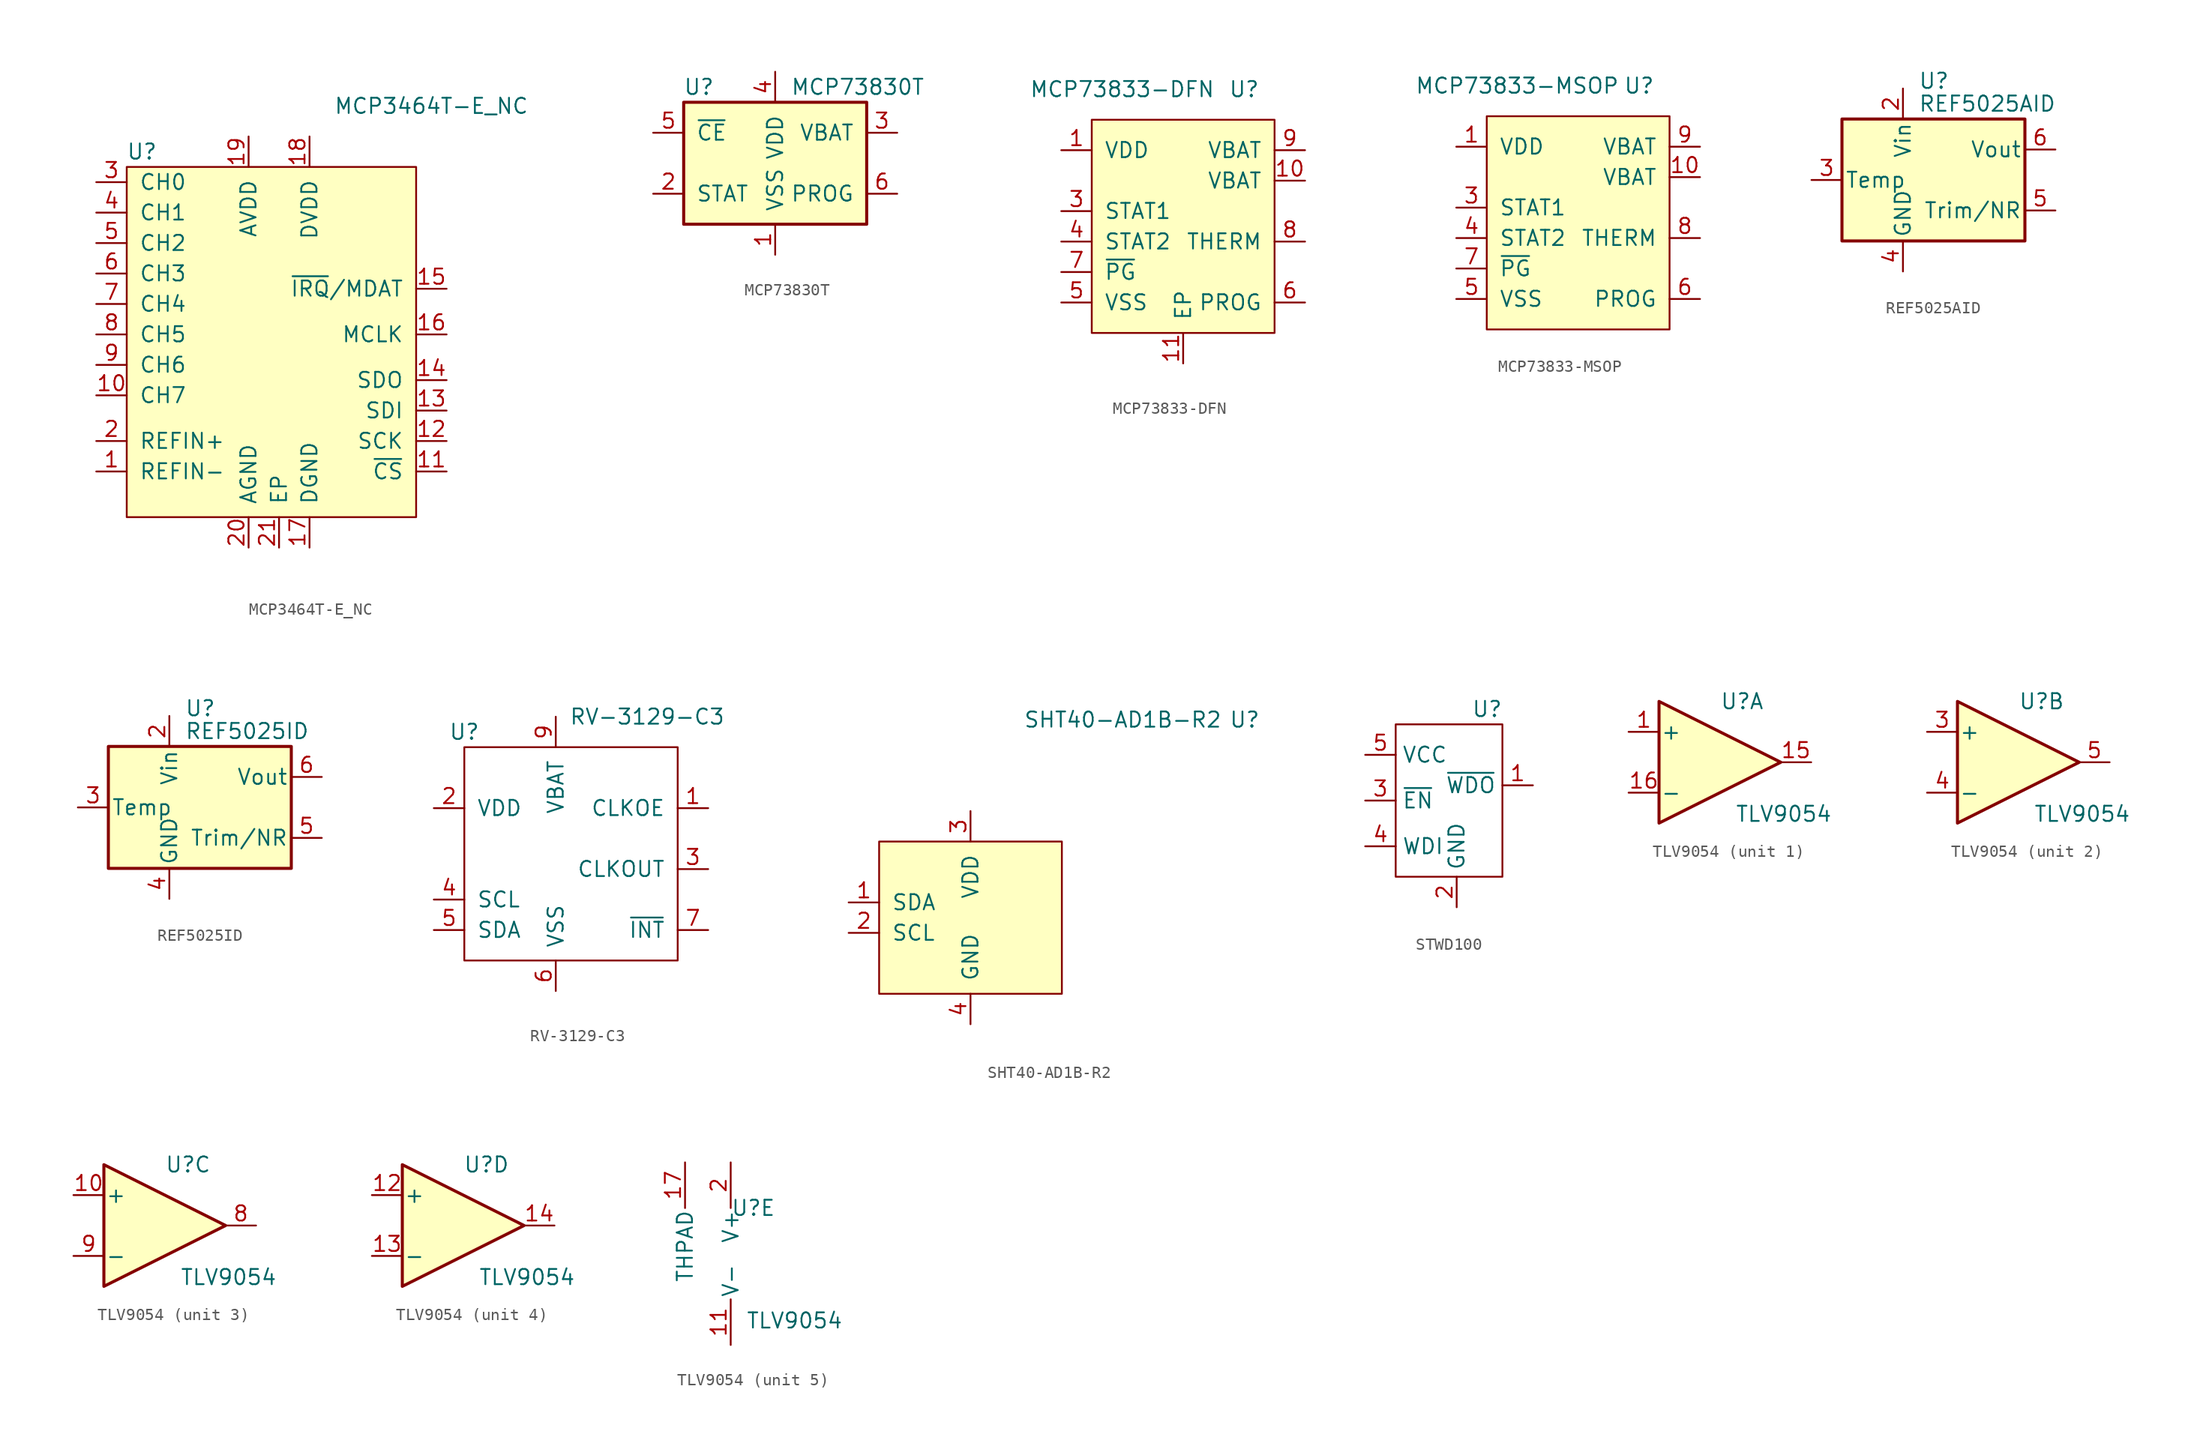
<source format=kicad_sym>
(kicad_symbol_lib
  (version 20220914)
  (generator kicad_symbol_editor)
  (symbol "MCP3464T-E_NC"
    (pin_names
      (offset 1.016))
    (property "Reference" "U"
      (at -11.43 25.4 0)
      (effects (font (size 1.27 1.27))))
    (property "Value" "MCP3464T-E_NC"
      (at 12.7 29.21 0)
      (effects (font (size 1.27 1.27))))
    (symbol "MCP3464T-E_NC_0_1"
      (rectangle (start -12.7 24.13) (end 11.43 -5.08) (stroke (width 0) (type solid)) (fill (type background))))
    (symbol "MCP3464T-E_NC_1_1"
      (pin passive line (at -15.24 -1.27 0) (length 2.54) (name "REFIN-" (effects (font (size 1.27 1.27)))) (number "1" (effects (font (size 1.27 1.27)))))
      (pin passive line (at -15.24 5.08 0) (length 2.54) (name "CH7" (effects (font (size 1.27 1.27)))) (number "10" (effects (font (size 1.27 1.27)))))
      (pin passive line (at 13.97 -1.27 180) (length 2.54) (name "~{CS}" (effects (font (size 1.27 1.27)))) (number "11" (effects (font (size 1.27 1.27)))))
      (pin passive line (at 13.97 1.27 180) (length 2.54) (name "SCK" (effects (font (size 1.27 1.27)))) (number "12" (effects (font (size 1.27 1.27)))))
      (pin passive line (at 13.97 3.81 180) (length 2.54) (name "SDI" (effects (font (size 1.27 1.27)))) (number "13" (effects (font (size 1.27 1.27)))))
      (pin passive line (at 13.97 6.35 180) (length 2.54) (name "SDO" (effects (font (size 1.27 1.27)))) (number "14" (effects (font (size 1.27 1.27)))))
      (pin passive line (at 13.97 13.97 180) (length 2.54) (name "~{IRQ}/MDAT" (effects (font (size 1.27 1.27)))) (number "15" (effects (font (size 1.27 1.27)))))
      (pin passive line (at 13.97 10.16 180) (length 2.54) (name "MCLK" (effects (font (size 1.27 1.27)))) (number "16" (effects (font (size 1.27 1.27)))))
      (pin passive line (at 2.54 -7.62 90) (length 2.54) (name "DGND" (effects (font (size 1.27 1.27)))) (number "17" (effects (font (size 1.27 1.27)))))
      (pin passive line (at 2.54 26.67 270) (length 2.54) (name "DVDD" (effects (font (size 1.27 1.27)))) (number "18" (effects (font (size 1.27 1.27)))))
      (pin passive line (at -2.54 26.67 270) (length 2.54) (name "AVDD" (effects (font (size 1.27 1.27)))) (number "19" (effects (font (size 1.27 1.27)))))
      (pin passive line (at -15.24 1.27 0) (length 2.54) (name "REFIN+" (effects (font (size 1.27 1.27)))) (number "2" (effects (font (size 1.27 1.27)))))
      (pin passive line (at -2.54 -7.62 90) (length 2.54) (name "AGND" (effects (font (size 1.27 1.27)))) (number "20" (effects (font (size 1.27 1.27)))))
      (pin passive line (at 0 -7.62 90) (length 2.54) (name "EP" (effects (font (size 1.27 1.27)))) (number "21" (effects (font (size 1.27 1.27)))))
      (pin passive line (at -15.24 22.86 0) (length 2.54) (name "CH0" (effects (font (size 1.27 1.27)))) (number "3" (effects (font (size 1.27 1.27)))))
      (pin passive line (at -15.24 20.32 0) (length 2.54) (name "CH1" (effects (font (size 1.27 1.27)))) (number "4" (effects (font (size 1.27 1.27)))))
      (pin passive line (at -15.24 17.78 0) (length 2.54) (name "CH2" (effects (font (size 1.27 1.27)))) (number "5" (effects (font (size 1.27 1.27)))))
      (pin passive line (at -15.24 15.24 0) (length 2.54) (name "CH3" (effects (font (size 1.27 1.27)))) (number "6" (effects (font (size 1.27 1.27)))))
      (pin passive line (at -15.24 12.7 0) (length 2.54) (name "CH4" (effects (font (size 1.27 1.27)))) (number "7" (effects (font (size 1.27 1.27)))))
      (pin passive line (at -15.24 10.16 0) (length 2.54) (name "CH5" (effects (font (size 1.27 1.27)))) (number "8" (effects (font (size 1.27 1.27)))))
      (pin passive line (at -15.24 7.62 0) (length 2.54) (name "CH6" (effects (font (size 1.27 1.27)))) (number "9" (effects (font (size 1.27 1.27)))))))
  (symbol "MCP73830T"
    (pin_names
      (offset 1.016))
    (property "Reference" "U"
      (at -6.35 6.35 0)
      (effects (font (size 1.27 1.27))))
    (property "Value" "MCP73830T"
      (at 1.27 6.35 0)
      (effects (font (size 1.27 1.27)) (justify left)))
    (symbol "MCP73830T_0_1"
      (rectangle (start -7.62 5.08) (end 7.62 -5.08) (stroke (width 0.254) (type solid)) (fill (type background))))
    (symbol "MCP73830T_1_1"
      (pin passive line (at 0 -7.62 90) (length 2.54) (name "VSS" (effects (font (size 1.27 1.27)))) (number "1" (effects (font (size 1.27 1.27)))))
      (pin power_in line (at -10.16 -2.54 0) (length 2.54) (name "STAT" (effects (font (size 1.27 1.27)))) (number "2" (effects (font (size 1.27 1.27)))))
      (pin power_out line (at 10.16 2.54 180) (length 2.54) (name "VBAT" (effects (font (size 1.27 1.27)))) (number "3" (effects (font (size 1.27 1.27)))))
      (pin passive line (at 0 7.62 270) (length 2.54) (name "VDD" (effects (font (size 1.27 1.27)))) (number "4" (effects (font (size 1.27 1.27)))))
      (pin input line (at -10.16 2.54 0) (length 2.54) (name "~{CE}" (effects (font (size 1.27 1.27)))) (number "5" (effects (font (size 1.27 1.27)))))
      (pin passive line (at 10.16 -2.54 180) (length 2.54) (name "PROG" (effects (font (size 1.27 1.27)))) (number "6" (effects (font (size 1.27 1.27)))))))
  (symbol "MCP73833-DFN"
    (pin_names
      (offset 1.016))
    (property "Reference" "U"
      (at 5.08 15.24 0)
      (effects (font (size 1.27 1.27))))
    (property "Value" "MCP73833-DFN"
      (at -5.08 15.24 0)
      (effects (font (size 1.27 1.27))))
    (symbol "MCP73833-DFN_0_1"
      (rectangle (start -7.62 12.7) (end 7.62 -5.08) (stroke (width 0) (type solid)) (fill (type background))))
    (symbol "MCP73833-DFN_1_1"
      (pin passive line (at -10.16 10.16 0) (length 2.54) (name "VDD" (effects (font (size 1.27 1.27)))) (number "1" (effects (font (size 1.27 1.27)))))
      (pin passive line (at 10.16 7.62 180) (length 2.54) (name "VBAT" (effects (font (size 1.27 1.27)))) (number "10" (effects (font (size 1.27 1.27)))))
      (pin passive line (at 0 -7.62 90) (length 2.54) (name "EP" (effects (font (size 1.27 1.27)))) (number "11" (effects (font (size 1.27 1.27)))))
      (pin passive line (at -10.16 5.08 0) (length 2.54) (name "STAT1" (effects (font (size 1.27 1.27)))) (number "3" (effects (font (size 1.27 1.27)))))
      (pin passive line (at -10.16 2.54 0) (length 2.54) (name "STAT2" (effects (font (size 1.27 1.27)))) (number "4" (effects (font (size 1.27 1.27)))))
      (pin passive line (at -10.16 -2.54 0) (length 2.54) (name "VSS" (effects (font (size 1.27 1.27)))) (number "5" (effects (font (size 1.27 1.27)))))
      (pin passive line (at 10.16 -2.54 180) (length 2.54) (name "PROG" (effects (font (size 1.27 1.27)))) (number "6" (effects (font (size 1.27 1.27)))))
      (pin passive line (at -10.16 0 0) (length 2.54) (name "~{PG}" (effects (font (size 1.27 1.27)))) (number "7" (effects (font (size 1.27 1.27)))))
      (pin passive line (at 10.16 2.54 180) (length 2.54) (name "THERM" (effects (font (size 1.27 1.27)))) (number "8" (effects (font (size 1.27 1.27)))))
      (pin passive line (at 10.16 10.16 180) (length 2.54) (name "VBAT" (effects (font (size 1.27 1.27)))) (number "9" (effects (font (size 1.27 1.27)))))))
  (symbol "MCP73833-MSOP"
    (pin_names
      (offset 1.016))
    (property "Reference" "U"
      (at 5.08 15.24 0)
      (effects (font (size 1.27 1.27))))
    (property "Value" "MCP73833-MSOP"
      (at -5.08 15.24 0)
      (effects (font (size 1.27 1.27))))
    (symbol "MCP73833-MSOP_0_1"
      (rectangle (start -7.62 12.7) (end 7.62 -5.08) (stroke (width 0) (type solid)) (fill (type background))))
    (symbol "MCP73833-MSOP_1_1"
      (pin passive line (at -10.16 10.16 0) (length 2.54) (name "VDD" (effects (font (size 1.27 1.27)))) (number "1" (effects (font (size 1.27 1.27)))))
      (pin passive line (at 10.16 7.62 180) (length 2.54) (name "VBAT" (effects (font (size 1.27 1.27)))) (number "10" (effects (font (size 1.27 1.27)))))
      (pin passive line (at -10.16 5.08 0) (length 2.54) (name "STAT1" (effects (font (size 1.27 1.27)))) (number "3" (effects (font (size 1.27 1.27)))))
      (pin passive line (at -10.16 2.54 0) (length 2.54) (name "STAT2" (effects (font (size 1.27 1.27)))) (number "4" (effects (font (size 1.27 1.27)))))
      (pin passive line (at -10.16 -2.54 0) (length 2.54) (name "VSS" (effects (font (size 1.27 1.27)))) (number "5" (effects (font (size 1.27 1.27)))))
      (pin passive line (at 10.16 -2.54 180) (length 2.54) (name "PROG" (effects (font (size 1.27 1.27)))) (number "6" (effects (font (size 1.27 1.27)))))
      (pin passive line (at -10.16 0 0) (length 2.54) (name "~{PG}" (effects (font (size 1.27 1.27)))) (number "7" (effects (font (size 1.27 1.27)))))
      (pin passive line (at 10.16 2.54 180) (length 2.54) (name "THERM" (effects (font (size 1.27 1.27)))) (number "8" (effects (font (size 1.27 1.27)))))
      (pin passive line (at 10.16 10.16 180) (length 2.54) (name "VBAT" (effects (font (size 1.27 1.27)))) (number "9" (effects (font (size 1.27 1.27)))))))
  (symbol "REF5025AID"
    (pin_names
      (offset 0.254))
    (property "Reference" "U"
      (at -1.27 8.255 0)
      (effects (font (size 1.27 1.27)) (justify left)))
    (property "Value" "REF5025AID"
      (at -1.27 6.35 0)
      (effects (font (size 1.27 1.27)) (justify left)))
    (symbol "REF5025AID_0_1"
      (rectangle (start -7.62 5.08) (end 7.62 -5.08) (stroke (width 0.254) (type solid)) (fill (type background))))
    (symbol "REF5025AID_1_1"
      (pin no_connect line (at -7.62 2.54 0) (length 2.54) hide (name "DNC" (effects (font (size 1.27 1.27)))) (number "1" (effects (font (size 1.27 1.27)))))
      (pin power_in line (at -2.54 7.62 270) (length 2.54) (name "Vin" (effects (font (size 1.27 1.27)))) (number "2" (effects (font (size 1.27 1.27)))))
      (pin passive line (at -10.16 0 0) (length 2.54) (name "Temp" (effects (font (size 1.27 1.27)))) (number "3" (effects (font (size 1.27 1.27)))))
      (pin power_in line (at -2.54 -7.62 90) (length 2.54) (name "GND" (effects (font (size 1.27 1.27)))) (number "4" (effects (font (size 1.27 1.27)))))
      (pin passive line (at 10.16 -2.54 180) (length 2.54) (name "Trim/NR" (effects (font (size 1.27 1.27)))) (number "5" (effects (font (size 1.27 1.27)))))
      (pin power_out line (at 10.16 2.54 180) (length 2.54) (name "Vout" (effects (font (size 1.27 1.27)))) (number "6" (effects (font (size 1.27 1.27)))))
      (pin no_connect line (at -5.08 -5.08 90) (length 2.54) hide (name "NC" (effects (font (size 1.27 1.27)))) (number "7" (effects (font (size 1.27 1.27)))))
      (pin no_connect line (at 7.62 0 180) (length 2.54) hide (name "DNC" (effects (font (size 1.27 1.27)))) (number "8" (effects (font (size 1.27 1.27)))))))
  (symbol "REF5025ID"
    (pin_names
      (offset 0.254))
    (property "Reference" "U"
      (at -1.27 8.255 0)
      (effects (font (size 1.27 1.27)) (justify left)))
    (property "Value" "REF5025ID"
      (at -1.27 6.35 0)
      (effects (font (size 1.27 1.27)) (justify left)))
    (symbol "REF5025ID_0_1"
      (rectangle (start -7.62 5.08) (end 7.62 -5.08) (stroke (width 0.254) (type solid)) (fill (type background))))
    (symbol "REF5025ID_1_1"
      (pin no_connect line (at -7.62 2.54 0) (length 2.54) hide (name "DNC" (effects (font (size 1.27 1.27)))) (number "1" (effects (font (size 1.27 1.27)))))
      (pin power_in line (at -2.54 7.62 270) (length 2.54) (name "Vin" (effects (font (size 1.27 1.27)))) (number "2" (effects (font (size 1.27 1.27)))))
      (pin passive line (at -10.16 0 0) (length 2.54) (name "Temp" (effects (font (size 1.27 1.27)))) (number "3" (effects (font (size 1.27 1.27)))))
      (pin power_in line (at -2.54 -7.62 90) (length 2.54) (name "GND" (effects (font (size 1.27 1.27)))) (number "4" (effects (font (size 1.27 1.27)))))
      (pin passive line (at 10.16 -2.54 180) (length 2.54) (name "Trim/NR" (effects (font (size 1.27 1.27)))) (number "5" (effects (font (size 1.27 1.27)))))
      (pin power_out line (at 10.16 2.54 180) (length 2.54) (name "Vout" (effects (font (size 1.27 1.27)))) (number "6" (effects (font (size 1.27 1.27)))))
      (pin no_connect line (at -5.08 -5.08 90) (length 2.54) hide (name "NC" (effects (font (size 1.27 1.27)))) (number "7" (effects (font (size 1.27 1.27)))))
      (pin no_connect line (at 7.62 0 180) (length 2.54) hide (name "DNC" (effects (font (size 1.27 1.27)))) (number "8" (effects (font (size 1.27 1.27)))))))
  (symbol "RV-3129-C3"
    (pin_names
      (offset 1.016))
    (property "Reference" "U"
      (at 0 19.05 0)
      (effects (font (size 1.27 1.27))))
    (property "Value" "RV-3129-C3"
      (at 15.24 20.32 0)
      (effects (font (size 1.27 1.27))))
    (symbol "RV-3129-C3_0_1"
      (rectangle (start 0 17.78) (end 17.78 0) (stroke (width 0) (type solid)) (fill (type none))))
    (symbol "RV-3129-C3_1_1"
      (pin passive line (at 20.32 12.7 180) (length 2.54) (name "CLKOE" (effects (font (size 1.27 1.27)))) (number "1" (effects (font (size 1.27 1.27)))))
      (pin no_connect line (at 20.32 15.24 180) (length 2.54) hide (name "NC" (effects (font (size 1.27 1.27)))) (number "10" (effects (font (size 1.27 1.27)))))
      (pin passive line (at -2.54 12.7 0) (length 2.54) (name "VDD" (effects (font (size 1.27 1.27)))) (number "2" (effects (font (size 1.27 1.27)))))
      (pin passive line (at 20.32 7.62 180) (length 2.54) (name "CLKOUT" (effects (font (size 1.27 1.27)))) (number "3" (effects (font (size 1.27 1.27)))))
      (pin passive line (at -2.54 5.08 0) (length 2.54) (name "SCL" (effects (font (size 1.27 1.27)))) (number "4" (effects (font (size 1.27 1.27)))))
      (pin passive line (at -2.54 2.54 0) (length 2.54) (name "SDA" (effects (font (size 1.27 1.27)))) (number "5" (effects (font (size 1.27 1.27)))))
      (pin passive line (at 7.62 -2.54 90) (length 2.54) (name "VSS" (effects (font (size 1.27 1.27)))) (number "6" (effects (font (size 1.27 1.27)))))
      (pin passive line (at 20.32 2.54 180) (length 2.54) (name "~{INT}" (effects (font (size 1.27 1.27)))) (number "7" (effects (font (size 1.27 1.27)))))
      (pin no_connect line (at 20.32 17.78 180) (length 2.54) hide (name "NC" (effects (font (size 1.27 1.27)))) (number "8" (effects (font (size 1.27 1.27)))))
      (pin passive line (at 7.62 20.32 270) (length 2.54) (name "VBAT" (effects (font (size 1.27 1.27)))) (number "9" (effects (font (size 1.27 1.27)))))))
  (symbol "SHT40-AD1B-R2"
    (pin_names
      (offset 1.016))
    (property "Reference" "U"
      (at 22.86 17.78 0)
      (effects (font (size 1.27 1.27))))
    (property "Value" "SHT40-AD1B-R2"
      (at 12.7 17.78 0)
      (effects (font (size 1.27 1.27))))
    (symbol "SHT40-AD1B-R2_0_1"
      (rectangle (start -7.62 7.62) (end 7.62 -5.08) (stroke (width 0) (type solid)) (fill (type background))))
    (symbol "SHT40-AD1B-R2_1_1"
      (pin bidirectional line (at -10.16 2.54 0) (length 2.54) (name "SDA" (effects (font (size 1.27 1.27)))) (number "1" (effects (font (size 1.27 1.27)))))
      (pin input line (at -10.16 0 0) (length 2.54) (name "SCL" (effects (font (size 1.27 1.27)))) (number "2" (effects (font (size 1.27 1.27)))))
      (pin passive line (at 0 10.16 270) (length 2.54) (name "VDD" (effects (font (size 1.27 1.27)))) (number "3" (effects (font (size 1.27 1.27)))))
      (pin passive line (at 0 -7.62 90) (length 2.54) (name "GND" (effects (font (size 1.27 1.27)))) (number "4" (effects (font (size 1.27 1.27)))))))
  (symbol "STWD100"
    (property "Reference" "U"
      (at 2.54 10.16 0)
      (effects (font (size 1.27 1.27))))
    (property "Value" ""
      (at 0 0 0)
      (effects (font (size 1.27 1.27))))
    (symbol "STWD100_0_1"
      (rectangle (start -5.08 8.89) (end 3.81 -3.81) (stroke (width 0) (type default)) (fill (type none))))
    (symbol "STWD100_1_1"
      (pin passive line (at 6.35 3.81 180) (length 2.54) (name "~{WDO}" (effects (font (size 1.27 1.27)))) (number "1" (effects (font (size 1.27 1.27)))))
      (pin passive line (at 0 -6.35 90) (length 2.54) (name "GND" (effects (font (size 1.27 1.27)))) (number "2" (effects (font (size 1.27 1.27)))))
      (pin passive line (at -7.62 2.54 0) (length 2.54) (name "~{EN}" (effects (font (size 1.27 1.27)))) (number "3" (effects (font (size 1.27 1.27)))))
      (pin passive line (at -7.62 -1.27 0) (length 2.54) (name "WDI" (effects (font (size 1.27 1.27)))) (number "4" (effects (font (size 1.27 1.27)))))
      (pin power_in line (at -7.62 6.35 0) (length 2.54) (name "VCC" (effects (font (size 1.27 1.27)))) (number "5" (effects (font (size 1.27 1.27)))))))
  (symbol "TLV9054"
    (pin_names
      (offset 0.127))
    (property "Reference" "U"
      (at 0 5.08 0)
      (effects (font (size 1.27 1.27)) (justify left)))
    (property "Value" "TLV9054"
      (at 1.27 -4.318 0)
      (effects (font (size 1.27 1.27)) (justify left)))
    (property "ki_locked" ""
      (at 0 0 0)
      (effects (font (size 1.27 1.27))))
    (symbol "TLV9054_1_1"
      (polyline (pts (xy -5.08 5.08) (xy 5.08 0) (xy -5.08 -5.08) (xy -5.08 5.08)) (stroke (width 0.254) (type solid)) (fill (type background)))
      (pin input line (at -7.62 2.54 0) (length 2.54) (name "+" (effects (font (size 1.27 1.27)))) (number "1" (effects (font (size 1.27 1.27)))))
      (pin output line (at 7.62 0 180) (length 2.54) (name "~" (effects (font (size 1.27 1.27)))) (number "15" (effects (font (size 1.27 1.27)))))
      (pin input line (at -7.62 -2.54 0) (length 2.54) (name "-" (effects (font (size 1.27 1.27)))) (number "16" (effects (font (size 1.27 1.27))))))
    (symbol "TLV9054_2_1"
      (polyline (pts (xy -5.08 5.08) (xy 5.08 0) (xy -5.08 -5.08) (xy -5.08 5.08)) (stroke (width 0.254) (type solid)) (fill (type background)))
      (pin input line (at -7.62 2.54 0) (length 2.54) (name "+" (effects (font (size 1.27 1.27)))) (number "3" (effects (font (size 1.27 1.27)))))
      (pin input line (at -7.62 -2.54 0) (length 2.54) (name "-" (effects (font (size 1.27 1.27)))) (number "4" (effects (font (size 1.27 1.27)))))
      (pin output line (at 7.62 0 180) (length 2.54) (name "~" (effects (font (size 1.27 1.27)))) (number "5" (effects (font (size 1.27 1.27))))))
    (symbol "TLV9054_3_1"
      (polyline (pts (xy -5.08 5.08) (xy 5.08 0) (xy -5.08 -5.08) (xy -5.08 5.08)) (stroke (width 0.254) (type solid)) (fill (type background)))
      (pin input line (at -7.62 2.54 0) (length 2.54) (name "+" (effects (font (size 1.27 1.27)))) (number "10" (effects (font (size 1.27 1.27)))))
      (pin output line (at 7.62 0 180) (length 2.54) (name "~" (effects (font (size 1.27 1.27)))) (number "8" (effects (font (size 1.27 1.27)))))
      (pin input line (at -7.62 -2.54 0) (length 2.54) (name "-" (effects (font (size 1.27 1.27)))) (number "9" (effects (font (size 1.27 1.27))))))
    (symbol "TLV9054_4_1"
      (polyline (pts (xy -5.08 5.08) (xy 5.08 0) (xy -5.08 -5.08) (xy -5.08 5.08)) (stroke (width 0.254) (type solid)) (fill (type background)))
      (pin input line (at -7.62 2.54 0) (length 2.54) (name "+" (effects (font (size 1.27 1.27)))) (number "12" (effects (font (size 1.27 1.27)))))
      (pin input line (at -7.62 -2.54 0) (length 2.54) (name "-" (effects (font (size 1.27 1.27)))) (number "13" (effects (font (size 1.27 1.27)))))
      (pin output line (at 7.62 0 180) (length 2.54) (name "~" (effects (font (size 1.27 1.27)))) (number "14" (effects (font (size 1.27 1.27))))))
    (symbol "TLV9054_5_1"
      (pin power_in line (at 0 -6.35 90) (length 3.81) (name "V-" (effects (font (size 1.27 1.27)))) (number "11" (effects (font (size 1.27 1.27)))))
      (pin passive line (at -3.81 8.89 270) (length 3.81) (name "THPAD" (effects (font (size 1.27 1.27)))) (number "17" (effects (font (size 1.27 1.27)))))
      (pin power_in line (at 0 8.89 270) (length 3.81) (name "V+" (effects (font (size 1.27 1.27)))) (number "2" (effects (font (size 1.27 1.27))))))))
</source>
